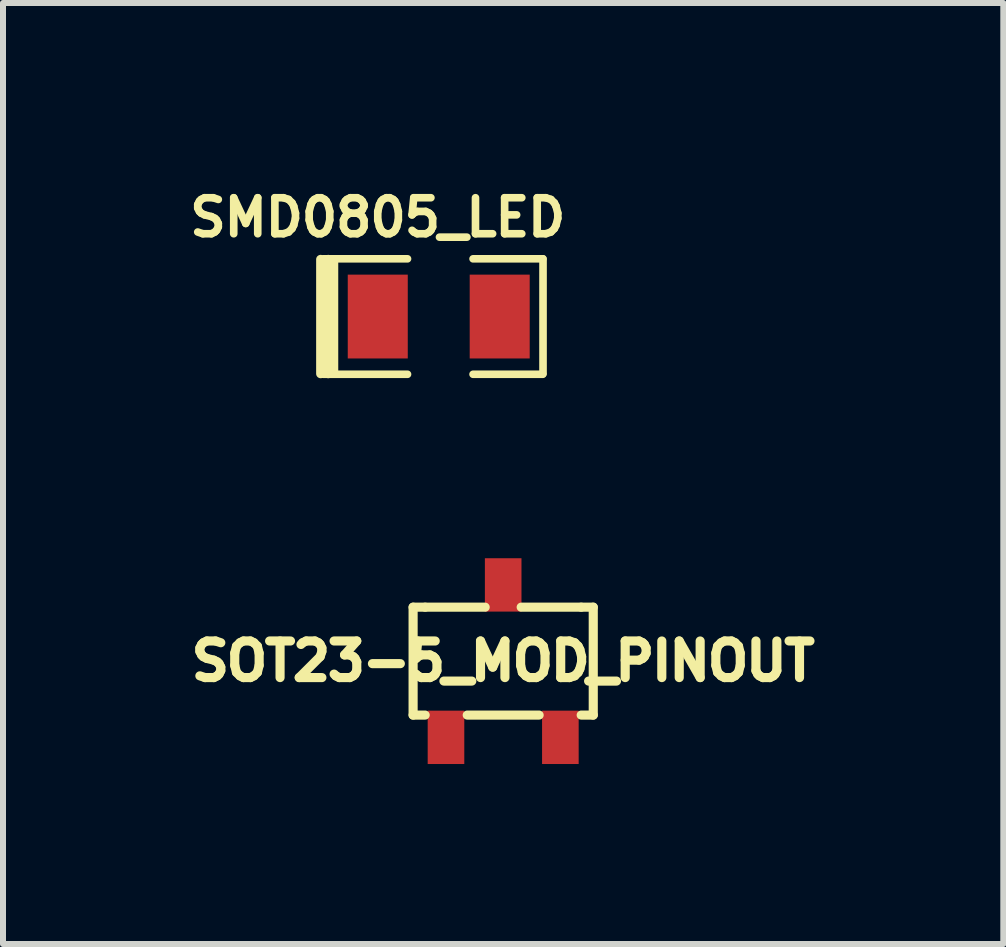
<source format=kicad_pcb>
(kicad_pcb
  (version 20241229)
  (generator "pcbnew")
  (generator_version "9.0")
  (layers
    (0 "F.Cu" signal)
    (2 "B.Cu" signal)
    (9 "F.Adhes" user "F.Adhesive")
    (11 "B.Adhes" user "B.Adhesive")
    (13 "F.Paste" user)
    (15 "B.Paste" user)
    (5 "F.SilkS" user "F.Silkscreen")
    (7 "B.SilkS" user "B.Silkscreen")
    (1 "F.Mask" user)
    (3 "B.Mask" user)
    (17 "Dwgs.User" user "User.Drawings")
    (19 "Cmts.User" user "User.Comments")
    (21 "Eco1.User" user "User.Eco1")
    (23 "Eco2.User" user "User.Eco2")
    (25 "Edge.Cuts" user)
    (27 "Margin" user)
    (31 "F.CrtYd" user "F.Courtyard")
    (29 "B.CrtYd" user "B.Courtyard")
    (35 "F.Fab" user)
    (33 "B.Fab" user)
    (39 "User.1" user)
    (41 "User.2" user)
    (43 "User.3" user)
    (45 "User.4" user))
  (footprint "SOT23-5_MOD_PINOUT"
    (layer "F.Cu")
    (at 5.335 7.967)
    (property "Reference" "SOT23-5_MOD_PINOUT" (at 0 0 0) (layer "F.SilkS") (effects (font (size 0.61 0.61) (thickness 0.152))))
    (attr smd)
    (fp_line (start -1.501 -0.899) (end -1.501 0.899) (stroke (width 0.152) (type solid)) (layer "F.SilkS"))
    (fp_line (start -1.501 -0.899) (end -1.3 -0.899) (stroke (width 0.152) (type solid)) (layer "F.SilkS"))
    (fp_line (start -1.501 0.899) (end -1.3 0.899) (stroke (width 0.152) (type solid)) (layer "F.SilkS"))
    (fp_line (start -1.3 -0.899) (end -0.3 -0.899) (stroke (width 0.152) (type solid)) (layer "F.SilkS"))
    (fp_line (start -0.599 0.899) (end 0.599 0.899) (stroke (width 0.152) (type solid)) (layer "F.SilkS"))
    (fp_line (start 1.3 -0.899) (end 0.3 -0.899) (stroke (width 0.152) (type solid)) (layer "F.SilkS"))
    (fp_line (start 1.501 -0.899) (end 1.3 -0.899) (stroke (width 0.152) (type solid)) (layer "F.SilkS"))
    (fp_line (start 1.501 0.899) (end 1.3 0.899) (stroke (width 0.152) (type solid)) (layer "F.SilkS"))
    (fp_line (start 1.501 0.899) (end 1.501 -0.899) (stroke (width 0.152) (type solid)) (layer "F.SilkS"))
    (pad "1" smd rect (at 0 -1.27) (size 0.61 0.889) (layers "F.Cu" "F.Mask" "F.Paste"))
    (pad "2" smd rect (at -0.953 1.27) (size 0.61 0.889) (layers "F.Cu" "F.Mask" "F.Paste"))
    (pad "3" smd rect (at 0.953 1.27) (size 0.61 0.889) (layers "F.Cu" "F.Mask" "F.Paste")))
  (footprint "SMD0805_LED"
    (layer "F.Cu")
    (at 4.261 2.225)
    (property "Reference" "SMD0805_LED" (at -1.016 -1.651 0) (layer "F.SilkS") (effects (font (size 0.6 0.6) (thickness 0.127))))
    (attr smd)
    (fp_line (start -1.968 -0.953) (end -1.968 0.953) (stroke (width 0.15) (type solid)) (layer "F.SilkS"))
    (fp_line (start -1.924 -0.962) (end -0.52 -0.962) (stroke (width 0.127) (type solid)) (layer "F.SilkS"))
    (fp_line (start -1.841 -0.953) (end -1.841 0.953) (stroke (width 0.15) (type solid)) (layer "F.SilkS"))
    (fp_line (start -1.738 0.95) (end -1.738 -0.962) (stroke (width 0.127) (type solid)) (layer "F.SilkS"))
    (fp_line (start -0.52 0.962) (end -1.924 0.962) (stroke (width 0.127) (type solid)) (layer "F.SilkS"))
    (fp_line (start 0.572 -0.962) (end 1.734 -0.962) (stroke (width 0.127) (type solid)) (layer "F.SilkS"))
    (fp_line (start 1.734 0.962) (end 0.572 0.962) (stroke (width 0.127) (type solid)) (layer "F.SilkS"))
    (fp_line (start 1.738 -0.962) (end 1.738 0.95) (stroke (width 0.127) (type solid)) (layer "F.SilkS"))
    (pad "1" smd rect (at -1.016 0) (size 1 1.397) (layers "F.Cu" "F.Mask" "F.Paste"))
    (pad "2" smd rect (at 1.016 0) (size 1 1.397) (layers "F.Cu" "F.Mask" "F.Paste")))
  (gr_rect
    (start -3 -3)
    (end 13.669 12.681)
    (stroke (width 0.1) (type default))
    (fill no)
    (layer "Edge.Cuts")))
</source>
